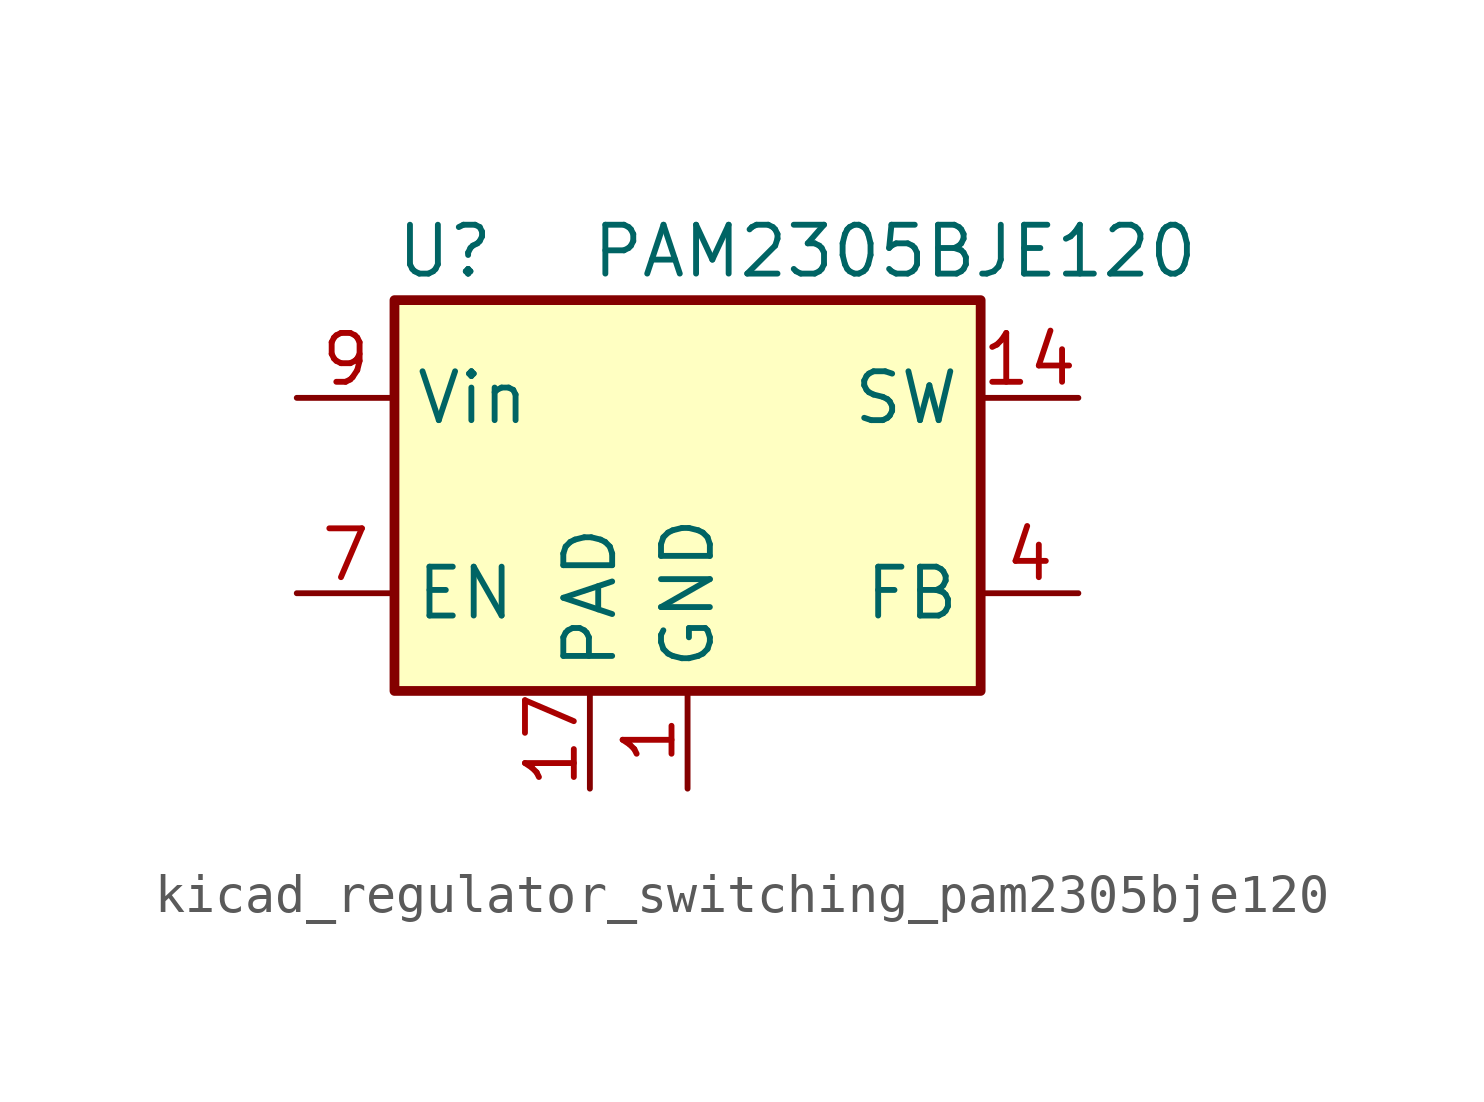
<source format=kicad_sym>
(kicad_symbol_lib
  (version 20220914)
  (generator kicad_symbol_editor)
  (symbol "kicad_regulator_switching_pam2305bje120"
    (property "Reference" "U"
      (at -7.62 6.35 0)
      (effects (font (size 1.27 1.27)) (justify left)))
    (property "Value" "PAM2305BJE120"
      (at -2.54 6.35 0)
      (effects (font (size 1.27 1.27)) (justify left)))
    (symbol "kicad_regulator_switching_pam2305bje120_0_1"
      (rectangle (start -7.62 5.08) (end 7.62 -5.08) (stroke (width 0.254) (type default)) (fill (type background))))
    (symbol "kicad_regulator_switching_pam2305bje120_1_1"
      (pin power_in line (at 0 -7.62 90) (length 2.54) (name "GND" (effects (font (size 1.27 1.27)))) (number "1" (effects (font (size 1.27 1.27)))))
      (pin passive line (at -10.16 2.54 0) (length 2.54) hide (name "Vin" (effects (font (size 1.27 1.27)))) (number "10" (effects (font (size 1.27 1.27)))))
      (pin passive line (at -10.16 2.54 0) (length 2.54) hide (name "Vin" (effects (font (size 1.27 1.27)))) (number "11" (effects (font (size 1.27 1.27)))))
      (pin passive line (at -10.16 2.54 0) (length 2.54) hide (name "Vin" (effects (font (size 1.27 1.27)))) (number "12" (effects (font (size 1.27 1.27)))))
      (pin passive line (at 10.16 2.54 180) (length 2.54) hide (name "SW" (effects (font (size 1.27 1.27)))) (number "13" (effects (font (size 1.27 1.27)))))
      (pin output line (at 10.16 2.54 180) (length 2.54) (name "SW" (effects (font (size 1.27 1.27)))) (number "14" (effects (font (size 1.27 1.27)))))
      (pin passive line (at 10.16 2.54 180) (length 2.54) hide (name "SW" (effects (font (size 1.27 1.27)))) (number "15" (effects (font (size 1.27 1.27)))))
      (pin no_connect line (at 2.54 -5.08 90) (length 2.54) hide (name "NC" (effects (font (size 1.27 1.27)))) (number "16" (effects (font (size 1.27 1.27)))))
      (pin passive line (at -2.54 -7.62 90) (length 2.54) (name "PAD" (effects (font (size 1.27 1.27)))) (number "17" (effects (font (size 1.27 1.27)))))
      (pin passive line (at 0 -7.62 90) (length 2.54) hide (name "GND" (effects (font (size 1.27 1.27)))) (number "2" (effects (font (size 1.27 1.27)))))
      (pin passive line (at 0 -7.62 90) (length 2.54) hide (name "GND" (effects (font (size 1.27 1.27)))) (number "3" (effects (font (size 1.27 1.27)))))
      (pin input line (at 10.16 -2.54 180) (length 2.54) (name "FB" (effects (font (size 1.27 1.27)))) (number "4" (effects (font (size 1.27 1.27)))))
      (pin passive line (at 0 -7.62 90) (length 2.54) hide (name "GND" (effects (font (size 1.27 1.27)))) (number "5" (effects (font (size 1.27 1.27)))))
      (pin no_connect line (at -7.62 0 0) (length 2.54) hide (name "NC" (effects (font (size 1.27 1.27)))) (number "6" (effects (font (size 1.27 1.27)))))
      (pin input line (at -10.16 -2.54 0) (length 2.54) (name "EN" (effects (font (size 1.27 1.27)))) (number "7" (effects (font (size 1.27 1.27)))))
      (pin no_connect line (at 7.62 0 180) (length 2.54) hide (name "NC" (effects (font (size 1.27 1.27)))) (number "8" (effects (font (size 1.27 1.27)))))
      (pin power_in line (at -10.16 2.54 0) (length 2.54) (name "Vin" (effects (font (size 1.27 1.27)))) (number "9" (effects (font (size 1.27 1.27))))))))
</source>
